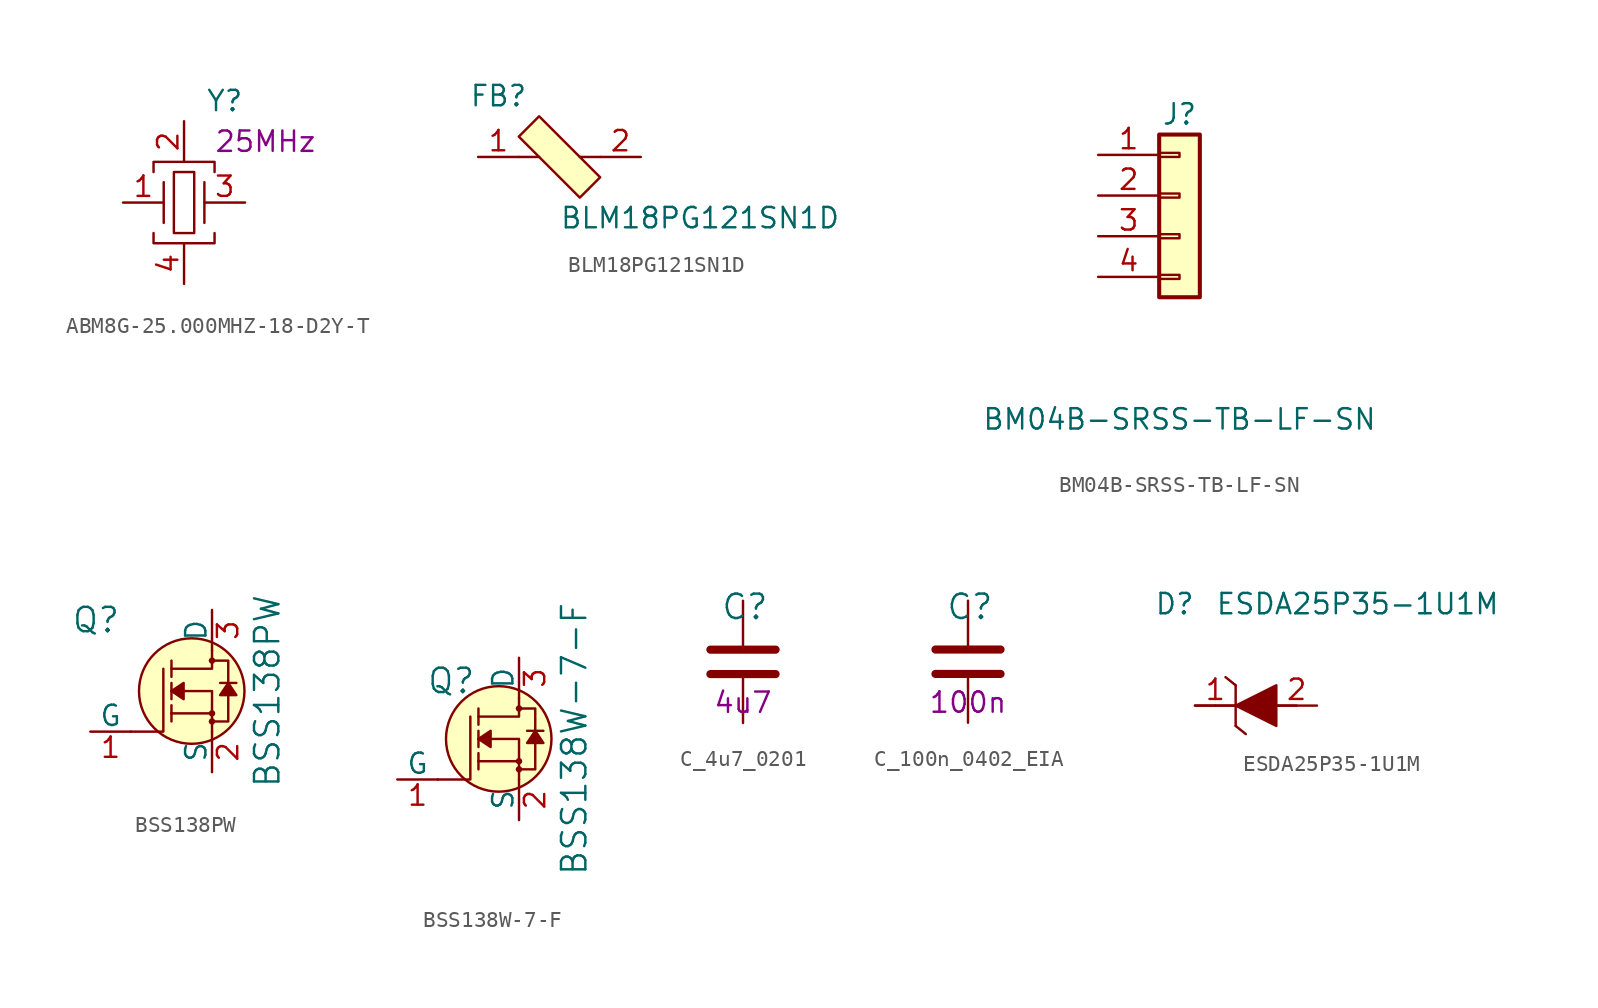
<source format=kicad_sym>
(kicad_symbol_lib
  (version 20211014)
  (generator kicad_symbol_editor)
  (symbol "ABM8G-25.000MHZ-18-D2Y-T"
    (pin_names
      (offset 1.016))
    (property "Reference" "Y"
      (at 2.54 6.35 0)
      (effects (font (size 1.27 1.27))))
    (property "Val" "25MHz"
      (at 5.08 3.81 0)
      (effects (font (size 1.27 1.27))))
    (symbol "ABM8G-25.000MHZ-18-D2Y-T_0_1"
      (rectangle (start -0.635 1.905) (end 0.635 -1.905) (stroke (width 0) (type default) (color 0 0 0 0)) (fill (type none)))
      (polyline (pts (xy -1.27 1.27) (xy -1.27 -1.27)) (stroke (width 0) (type default) (color 0 0 0 0)) (fill (type none)))
      (polyline (pts (xy 1.27 1.27) (xy 1.27 -1.27)) (stroke (width 0) (type default) (color 0 0 0 0)) (fill (type none)))
      (polyline (pts (xy -1.905 -1.905) (xy -1.905 -2.54) (xy 1.905 -2.54) (xy 1.905 -1.905)) (stroke (width 0) (type default) (color 0 0 0 0)) (fill (type none)))
      (polyline (pts (xy -1.905 1.905) (xy -1.905 2.54) (xy 1.905 2.54) (xy 1.905 1.905)) (stroke (width 0) (type default) (color 0 0 0 0)) (fill (type none))))
    (symbol "ABM8G-25.000MHZ-18-D2Y-T_1_1"
      (pin output line (at -3.81 0 0) (length 2.54) (name "~" (effects (font (size 1.27 1.27)))) (number "1" (effects (font (size 1.27 1.27)))))
      (pin power_in line (at 0 5.08 270) (length 2.54) (name "~" (effects (font (size 1.27 1.27)))) (number "2" (effects (font (size 1.27 1.27)))))
      (pin output line (at 3.81 0 180) (length 2.54) (name "~" (effects (font (size 1.27 1.27)))) (number "3" (effects (font (size 1.27 1.27)))))
      (pin power_in line (at 0 -5.08 90) (length 2.54) (name "~" (effects (font (size 1.27 1.27)))) (number "4" (effects (font (size 1.27 1.27)))))))
  (symbol "BLM18PG121SN1D"
    (pin_names
      (offset 1.016))
    (property "Reference" "FB"
      (at -3.81 3.81 0)
      (effects (font (size 1.27 1.27))))
    (property "Value" "BLM18PG121SN1D"
      (at 0 -3.81 0)
      (effects (font (size 1.27 1.27)) (justify left)))
    (symbol "BLM18PG121SN1D_0_1"
      (polyline (pts (xy -1.27 0) (xy -2.54 0)) (stroke (width 0) (type default) (color 0 0 0 0)) (fill (type none)))
      (polyline (pts (xy 1.27 0) (xy 2.54 0)) (stroke (width 0) (type default) (color 0 0 0 0)) (fill (type none)))
      (polyline (pts (xy -1.27 2.54) (xy -2.54 1.27) (xy 1.27 -2.54) (xy 2.54 -1.27) (xy -1.27 2.54)) (stroke (width 0) (type default) (color 0 0 0 0)) (fill (type background))))
    (symbol "BLM18PG121SN1D_1_1"
      (pin passive line (at -5.08 0 0) (length 2.54) (name "~" (effects (font (size 1.27 1.27)))) (number "1" (effects (font (size 1.27 1.27)))))
      (pin passive line (at 5.08 0 180) (length 2.54) (name "~" (effects (font (size 1.27 1.27)))) (number "2" (effects (font (size 1.27 1.27)))))))
  (symbol "BM04B-SRSS-TB-LF-SN"
    (pin_names
      (offset 1.016) hide)
    (property "Reference" "J"
      (at 0 8.89 0)
      (effects (font (size 1.27 1.27))))
    (property "Value" "BM04B-SRSS-TB-LF-SN"
      (at 0 -10.16 0)
      (effects (font (size 1.27 1.27))))
    (symbol "BM04B-SRSS-TB-LF-SN_1_1"
      (rectangle (start -1.27 -1.143) (end 0 -1.397) (stroke (width 0.152) (type default) (color 0 0 0 0)) (fill (type none)))
      (rectangle (start -1.27 1.397) (end 0 1.143) (stroke (width 0.152) (type default) (color 0 0 0 0)) (fill (type none)))
      (rectangle (start -1.27 3.937) (end 0 3.683) (stroke (width 0.152) (type default) (color 0 0 0 0)) (fill (type none)))
      (rectangle (start -1.27 6.477) (end 0 6.223) (stroke (width 0.152) (type default) (color 0 0 0 0)) (fill (type none)))
      (rectangle (start -1.27 7.62) (end 1.27 -2.54) (stroke (width 0.254) (type default) (color 0 0 0 0)) (fill (type background)))
      (pin passive line (at -5.08 6.35 0) (length 3.81) (name "Pin_1" (effects (font (size 1.27 1.27)))) (number "1" (effects (font (size 1.27 1.27)))))
      (pin passive line (at -5.08 3.81 0) (length 3.81) (name "Pin_2" (effects (font (size 1.27 1.27)))) (number "2" (effects (font (size 1.27 1.27)))))
      (pin passive line (at -5.08 1.27 0) (length 3.81) (name "Pin_3" (effects (font (size 1.27 1.27)))) (number "3" (effects (font (size 1.27 1.27)))))
      (pin passive line (at -5.08 -1.27 0) (length 3.81) (name "Pin_4" (effects (font (size 1.27 1.27)))) (number "4" (effects (font (size 1.27 1.27)))))))
  (symbol "BSS138PW"
    (pin_names
      (offset 0))
    (property "Reference" "Q"
      (at -5.715 4.445 0)
      (effects (font (size 1.524 1.524)) (justify right)))
    (property "Value" "BSS138PW"
      (at 3.454 0 90)
      (effects (font (size 1.524 1.524))))
    (symbol "BSS138PW_0_1"
      (circle (center -1.27 0) (radius 3.302) (stroke (width 0) (type default) (color 0 0 0 0)) (fill (type background)))
      (circle (center 0 -1.905) (radius 0.127) (stroke (width 0) (type default) (color 0 0 0 0)) (fill (type none)))
      (circle (center 0 -1.397) (radius 0.127) (stroke (width 0) (type default) (color 0 0 0 0)) (fill (type none)))
      (polyline (pts (xy 0 -1.397) (xy -2.54 -1.397)) (stroke (width 0) (type default) (color 0 0 0 0)) (fill (type none)))
      (polyline (pts (xy -5.08 -2.54) (xy -3.048 -2.54) (xy -3.048 1.397)) (stroke (width 0) (type default) (color 0 0 0 0)) (fill (type none)))
      (polyline (pts (xy 0 -2.54) (xy 0 0) (xy -2.54 0)) (stroke (width 0) (type default) (color 0 0 0 0)) (fill (type none)))
      (polyline (pts (xy 0 2.54) (xy 0 1.397) (xy -2.54 1.397)) (stroke (width 0) (type default) (color 0 0 0 0)) (fill (type none)))
      (polyline (pts (xy -0.127 -1.905) (xy 1.016 -1.905) (xy 1.016 1.397) (xy 1.016 1.905) (xy -0.127 1.905)) (stroke (width 0) (type default) (color 0 0 0 0)) (fill (type none)))
      (circle (center 0 1.905) (radius 0.127) (stroke (width 0) (type default) (color 0 0 0 0)) (fill (type none))))
    (symbol "BSS138PW_1_1"
      (polyline (pts (xy -2.54 -1.397) (xy -2.54 -1.905)) (stroke (width 0) (type default) (color 0 0 0 0)) (fill (type none)))
      (polyline (pts (xy -2.54 -1.397) (xy -2.54 -0.889)) (stroke (width 0) (type default) (color 0 0 0 0)) (fill (type none)))
      (polyline (pts (xy -2.54 0) (xy -2.54 -0.508)) (stroke (width 0) (type default) (color 0 0 0 0)) (fill (type none)))
      (polyline (pts (xy -2.54 0) (xy -2.54 0.508)) (stroke (width 0) (type default) (color 0 0 0 0)) (fill (type none)))
      (polyline (pts (xy -2.54 1.905) (xy -2.54 0.889)) (stroke (width 0) (type default) (color 0 0 0 0)) (fill (type none)))
      (polyline (pts (xy 1.524 0.508) (xy 0.508 0.508)) (stroke (width 0) (type default) (color 0 0 0 0)) (fill (type none)))
      (polyline (pts (xy -2.54 0) (xy -1.778 0.508) (xy -1.778 -0.508) (xy -2.54 0)) (stroke (width 0) (type default) (color 0 0 0 0)) (fill (type outline)))
      (polyline (pts (xy 1.016 0.508) (xy 0.508 -0.254) (xy 1.524 -0.254) (xy 1.016 0.508)) (stroke (width 0) (type default) (color 0 0 0 0)) (fill (type outline)))
      (pin bidirectional line (at -7.62 -2.54 0) (length 2.54) (name "G" (effects (font (size 1.27 1.27)))) (number "1" (effects (font (size 1.27 1.27)))))
      (pin bidirectional line (at 0 -5.08 90) (length 2.54) (name "S" (effects (font (size 1.27 1.27)))) (number "2" (effects (font (size 1.27 1.27)))))
      (pin bidirectional line (at 0 5.08 270) (length 2.54) (name "D" (effects (font (size 1.27 1.27)))) (number "3" (effects (font (size 1.27 1.27)))))))
  (symbol "BSS138W-7-F"
    (pin_names
      (offset 0))
    (property "Reference" "Q"
      (at -2.692 3.632 0)
      (effects (font (size 1.524 1.524)) (justify right)))
    (property "Value" "BSS138W-7-F"
      (at 3.454 0 90)
      (effects (font (size 1.524 1.524))))
    (symbol "BSS138W-7-F_0_1"
      (circle (center -1.27 0) (radius 3.302) (stroke (width 0) (type default) (color 0 0 0 0)) (fill (type background)))
      (circle (center 0 -1.905) (radius 0.127) (stroke (width 0) (type default) (color 0 0 0 0)) (fill (type none)))
      (circle (center 0 -1.397) (radius 0.127) (stroke (width 0) (type default) (color 0 0 0 0)) (fill (type none)))
      (polyline (pts (xy 0 -1.397) (xy -2.54 -1.397)) (stroke (width 0) (type default) (color 0 0 0 0)) (fill (type none)))
      (polyline (pts (xy -5.08 -2.54) (xy -3.048 -2.54) (xy -3.048 1.397)) (stroke (width 0) (type default) (color 0 0 0 0)) (fill (type none)))
      (polyline (pts (xy 0 -2.54) (xy 0 0) (xy -2.54 0)) (stroke (width 0) (type default) (color 0 0 0 0)) (fill (type none)))
      (polyline (pts (xy 0 2.54) (xy 0 1.397) (xy -2.54 1.397)) (stroke (width 0) (type default) (color 0 0 0 0)) (fill (type none)))
      (polyline (pts (xy -0.127 -1.905) (xy 1.016 -1.905) (xy 1.016 1.397) (xy 1.016 1.905) (xy -0.127 1.905)) (stroke (width 0) (type default) (color 0 0 0 0)) (fill (type none)))
      (circle (center 0 1.905) (radius 0.127) (stroke (width 0) (type default) (color 0 0 0 0)) (fill (type none))))
    (symbol "BSS138W-7-F_1_1"
      (polyline (pts (xy -2.54 -1.397) (xy -2.54 -1.905)) (stroke (width 0) (type default) (color 0 0 0 0)) (fill (type none)))
      (polyline (pts (xy -2.54 -1.397) (xy -2.54 -0.889)) (stroke (width 0) (type default) (color 0 0 0 0)) (fill (type none)))
      (polyline (pts (xy -2.54 0) (xy -2.54 -0.508)) (stroke (width 0) (type default) (color 0 0 0 0)) (fill (type none)))
      (polyline (pts (xy -2.54 0) (xy -2.54 0.508)) (stroke (width 0) (type default) (color 0 0 0 0)) (fill (type none)))
      (polyline (pts (xy -2.54 1.905) (xy -2.54 0.889)) (stroke (width 0) (type default) (color 0 0 0 0)) (fill (type none)))
      (polyline (pts (xy 1.524 0.508) (xy 0.508 0.508)) (stroke (width 0) (type default) (color 0 0 0 0)) (fill (type none)))
      (polyline (pts (xy -2.54 0) (xy -1.778 0.508) (xy -1.778 -0.508) (xy -2.54 0)) (stroke (width 0) (type default) (color 0 0 0 0)) (fill (type outline)))
      (polyline (pts (xy 1.016 0.508) (xy 0.508 -0.254) (xy 1.524 -0.254) (xy 1.016 0.508)) (stroke (width 0) (type default) (color 0 0 0 0)) (fill (type outline)))
      (pin bidirectional line (at -7.62 -2.54 0) (length 2.54) (name "G" (effects (font (size 1.27 1.27)))) (number "1" (effects (font (size 1.27 1.27)))))
      (pin bidirectional line (at 0 -5.08 90) (length 2.54) (name "S" (effects (font (size 1.27 1.27)))) (number "2" (effects (font (size 1.27 1.27)))))
      (pin bidirectional line (at 0 5.08 270) (length 2.54) (name "D" (effects (font (size 1.27 1.27)))) (number "3" (effects (font (size 1.27 1.27)))))))
  (symbol "C_4u7_0201"
    (pin_names
      (offset 0))
    (property "Reference" "C"
      (at -1.397 3.429 0)
      (effects (font (size 1.524 1.524)) (justify left)))
    (property "Val" "4u7"
      (at 0 -2.54 0)
      (effects (font (size 1.27 1.27))))
    (symbol "C_4u7_0201_1_1"
      (polyline (pts (xy -2.032 -0.762) (xy 2.032 -0.762)) (stroke (width 0.508) (type default) (color 0 0 0 0)) (fill (type none)))
      (polyline (pts (xy -2.032 0.762) (xy 2.032 0.762)) (stroke (width 0.508) (type default) (color 0 0 0 0)) (fill (type none)))
      (pin passive line (at 0 3.81 270) (length 2.794) (name "~" (effects (font (size 0 0)))) (number "1" (effects (font (size 0 0)))))
      (pin passive line (at 0 -3.81 90) (length 2.794) (name "~" (effects (font (size 0 0)))) (number "2" (effects (font (size 0 0)))))))
  (symbol "C_100n_0402_EIA"
    (pin_names
      (offset 0))
    (property "Reference" "C"
      (at -1.397 3.429 0)
      (effects (font (size 1.524 1.524)) (justify left)))
    (property "Val" "100n"
      (at 0 -2.54 0)
      (effects (font (size 1.27 1.27))))
    (symbol "C_100n_0402_EIA_1_1"
      (polyline (pts (xy -2.032 -0.762) (xy 2.032 -0.762)) (stroke (width 0.508) (type default) (color 0 0 0 0)) (fill (type none)))
      (polyline (pts (xy -2.032 0.762) (xy 2.032 0.762)) (stroke (width 0.508) (type default) (color 0 0 0 0)) (fill (type none)))
      (pin passive line (at 0 3.81 270) (length 2.794) (name "~" (effects (font (size 0 0)))) (number "1" (effects (font (size 0 0)))))
      (pin passive line (at 0 -3.81 90) (length 2.794) (name "~" (effects (font (size 0 0)))) (number "2" (effects (font (size 0 0)))))))
  (symbol "ESDA25P35-1U1M"
    (pin_names
      (offset 1.016))
    (property "Reference" "D"
      (at -5.08 6.35 0)
      (effects (font (size 1.27 1.27))))
    (property "Value" "ESDA25P35-1U1M"
      (at 6.35 6.35 0)
      (effects (font (size 1.27 1.27))))
    (symbol "ESDA25P35-1U1M_0_1"
      (polyline (pts (xy -0.635 -1.778) (xy -1.27 -1.27)) (stroke (width 0) (type default) (color 0 0 0 0)) (fill (type none))))
    (symbol "ESDA25P35-1U1M_1_1"
      (polyline (pts (xy -2.54 0) (xy -3.81 0)) (stroke (width 0) (type default) (color 0 0 0 0)) (fill (type none)))
      (polyline (pts (xy -1.27 0) (xy -2.54 0)) (stroke (width 0) (type default) (color 0 0 0 0)) (fill (type none)))
      (polyline (pts (xy -1.27 1.27) (xy -1.905 1.778)) (stroke (width 0) (type default) (color 0 0 0 0)) (fill (type none)))
      (polyline (pts (xy -1.27 1.27) (xy -1.27 -1.27)) (stroke (width 0) (type default) (color 0 0 0 0)) (fill (type none)))
      (polyline (pts (xy 2.54 0) (xy 1.27 0)) (stroke (width 0) (type default) (color 0 0 0 0)) (fill (type none)))
      (polyline (pts (xy 1.27 -1.27) (xy 1.27 1.27) (xy -1.27 0) (xy 1.27 -1.27)) (stroke (width 0) (type default) (color 0 0 0 0)) (fill (type outline)))
      (pin passive line (at -3.81 0 0) (length 2.54) (name "~" (effects (font (size 1.27 1.27)))) (number "1" (effects (font (size 1.27 1.27)))))
      (pin passive line (at 3.81 0 180) (length 2.54) (name "~" (effects (font (size 1.27 1.27)))) (number "2" (effects (font (size 1.27 1.27))))))))
</source>
